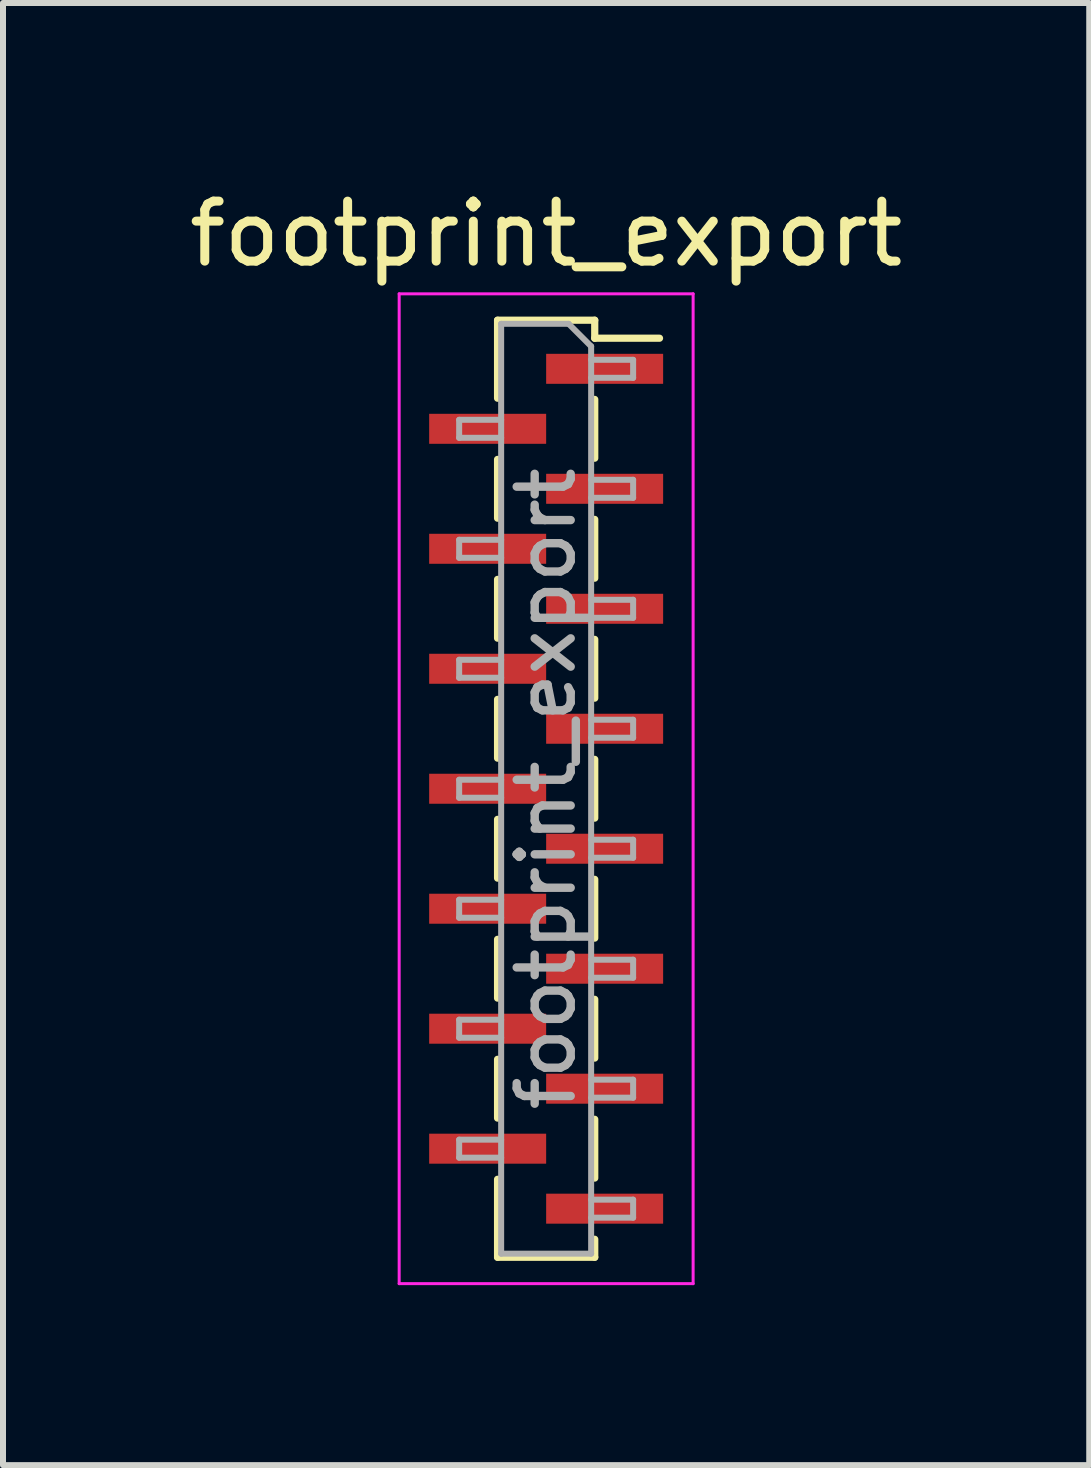
<source format=kicad_pcb>
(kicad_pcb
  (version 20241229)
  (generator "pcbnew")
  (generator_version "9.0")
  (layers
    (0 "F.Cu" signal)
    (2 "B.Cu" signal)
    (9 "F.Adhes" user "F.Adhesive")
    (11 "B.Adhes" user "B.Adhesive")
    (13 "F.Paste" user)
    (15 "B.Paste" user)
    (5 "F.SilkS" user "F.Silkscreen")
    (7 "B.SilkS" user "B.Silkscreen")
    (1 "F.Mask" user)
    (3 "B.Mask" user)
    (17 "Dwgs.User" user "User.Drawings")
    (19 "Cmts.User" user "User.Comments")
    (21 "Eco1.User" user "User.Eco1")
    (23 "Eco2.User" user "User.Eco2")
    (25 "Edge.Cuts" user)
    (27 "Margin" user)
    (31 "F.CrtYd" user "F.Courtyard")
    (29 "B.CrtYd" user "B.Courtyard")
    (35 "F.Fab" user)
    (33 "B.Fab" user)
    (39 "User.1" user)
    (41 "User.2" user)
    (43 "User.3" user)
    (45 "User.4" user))
  (footprint "footprint_export"
    (layer "F.Cu")
    (at 6.054 10.098)
    (property "Reference" "footprint_export" (at 0 -9.25 0) (layer "F.SilkS") (effects (font (size 1 1) (thickness 0.15))))
    (attr smd)
    (fp_line (start -0.81 -7.81) (end -0.81 -6.51) (stroke (width 0.12) (type solid)) (layer "F.SilkS"))
    (fp_line (start -0.81 -7.81) (end 0.81 -7.81) (stroke (width 0.12) (type solid)) (layer "F.SilkS"))
    (fp_line (start -0.81 -5.49) (end -0.81 -4.51) (stroke (width 0.12) (type solid)) (layer "F.SilkS"))
    (fp_line (start -0.81 -3.49) (end -0.81 -2.51) (stroke (width 0.12) (type solid)) (layer "F.SilkS"))
    (fp_line (start -0.81 -1.49) (end -0.81 -0.51) (stroke (width 0.12) (type solid)) (layer "F.SilkS"))
    (fp_line (start -0.81 0.51) (end -0.81 1.49) (stroke (width 0.12) (type solid)) (layer "F.SilkS"))
    (fp_line (start -0.81 2.51) (end -0.81 3.49) (stroke (width 0.12) (type solid)) (layer "F.SilkS"))
    (fp_line (start -0.81 4.51) (end -0.81 5.49) (stroke (width 0.12) (type solid)) (layer "F.SilkS"))
    (fp_line (start -0.81 6.51) (end -0.81 7.81) (stroke (width 0.12) (type solid)) (layer "F.SilkS"))
    (fp_line (start -0.81 7.81) (end 0.81 7.81) (stroke (width 0.12) (type solid)) (layer "F.SilkS"))
    (fp_line (start 0.81 -7.81) (end 0.81 -7.51) (stroke (width 0.12) (type solid)) (layer "F.SilkS"))
    (fp_line (start 0.81 -7.51) (end 1.89 -7.51) (stroke (width 0.12) (type solid)) (layer "F.SilkS"))
    (fp_line (start 0.81 -6.49) (end 0.81 -5.51) (stroke (width 0.12) (type solid)) (layer "F.SilkS"))
    (fp_line (start 0.81 -4.49) (end 0.81 -3.51) (stroke (width 0.12) (type solid)) (layer "F.SilkS"))
    (fp_line (start 0.81 -2.49) (end 0.81 -1.51) (stroke (width 0.12) (type solid)) (layer "F.SilkS"))
    (fp_line (start 0.81 -0.49) (end 0.81 0.49) (stroke (width 0.12) (type solid)) (layer "F.SilkS"))
    (fp_line (start 0.81 1.51) (end 0.81 2.49) (stroke (width 0.12) (type solid)) (layer "F.SilkS"))
    (fp_line (start 0.81 3.51) (end 0.81 4.49) (stroke (width 0.12) (type solid)) (layer "F.SilkS"))
    (fp_line (start 0.81 5.51) (end 0.81 6.49) (stroke (width 0.12) (type solid)) (layer "F.SilkS"))
    (fp_line (start 0.81 7.51) (end 0.81 7.81) (stroke (width 0.12) (type solid)) (layer "F.SilkS"))
    (fp_line (start -2.45 -8.25) (end 2.45 -8.25) (stroke (width 0.05) (type solid)) (layer "F.CrtYd"))
    (fp_line (start -2.45 8.25) (end -2.45 -8.25) (stroke (width 0.05) (type solid)) (layer "F.CrtYd"))
    (fp_line (start 2.45 -8.25) (end 2.45 8.25) (stroke (width 0.05) (type solid)) (layer "F.CrtYd"))
    (fp_line (start 2.45 8.25) (end -2.45 8.25) (stroke (width 0.05) (type solid)) (layer "F.CrtYd"))
    (fp_line (start -1.45 -6.15) (end -0.75 -6.15) (stroke (width 0.1) (type solid)) (layer "F.Fab"))
    (fp_line (start -1.45 -5.85) (end -1.45 -6.15) (stroke (width 0.1) (type solid)) (layer "F.Fab"))
    (fp_line (start -1.45 -4.15) (end -0.75 -4.15) (stroke (width 0.1) (type solid)) (layer "F.Fab"))
    (fp_line (start -1.45 -3.85) (end -1.45 -4.15) (stroke (width 0.1) (type solid)) (layer "F.Fab"))
    (fp_line (start -1.45 -2.15) (end -0.75 -2.15) (stroke (width 0.1) (type solid)) (layer "F.Fab"))
    (fp_line (start -1.45 -1.85) (end -1.45 -2.15) (stroke (width 0.1) (type solid)) (layer "F.Fab"))
    (fp_line (start -1.45 -0.15) (end -0.75 -0.15) (stroke (width 0.1) (type solid)) (layer "F.Fab"))
    (fp_line (start -1.45 0.15) (end -1.45 -0.15) (stroke (width 0.1) (type solid)) (layer "F.Fab"))
    (fp_line (start -1.45 1.85) (end -0.75 1.85) (stroke (width 0.1) (type solid)) (layer "F.Fab"))
    (fp_line (start -1.45 2.15) (end -1.45 1.85) (stroke (width 0.1) (type solid)) (layer "F.Fab"))
    (fp_line (start -1.45 3.85) (end -0.75 3.85) (stroke (width 0.1) (type solid)) (layer "F.Fab"))
    (fp_line (start -1.45 4.15) (end -1.45 3.85) (stroke (width 0.1) (type solid)) (layer "F.Fab"))
    (fp_line (start -1.45 5.85) (end -0.75 5.85) (stroke (width 0.1) (type solid)) (layer "F.Fab"))
    (fp_line (start -1.45 6.15) (end -1.45 5.85) (stroke (width 0.1) (type solid)) (layer "F.Fab"))
    (fp_line (start -0.75 -7.75) (end 0.375 -7.75) (stroke (width 0.1) (type solid)) (layer "F.Fab"))
    (fp_line (start -0.75 -5.85) (end -1.45 -5.85) (stroke (width 0.1) (type solid)) (layer "F.Fab"))
    (fp_line (start -0.75 -3.85) (end -1.45 -3.85) (stroke (width 0.1) (type solid)) (layer "F.Fab"))
    (fp_line (start -0.75 -1.85) (end -1.45 -1.85) (stroke (width 0.1) (type solid)) (layer "F.Fab"))
    (fp_line (start -0.75 0.15) (end -1.45 0.15) (stroke (width 0.1) (type solid)) (layer "F.Fab"))
    (fp_line (start -0.75 2.15) (end -1.45 2.15) (stroke (width 0.1) (type solid)) (layer "F.Fab"))
    (fp_line (start -0.75 4.15) (end -1.45 4.15) (stroke (width 0.1) (type solid)) (layer "F.Fab"))
    (fp_line (start -0.75 6.15) (end -1.45 6.15) (stroke (width 0.1) (type solid)) (layer "F.Fab"))
    (fp_line (start -0.75 7.75) (end -0.75 -7.75) (stroke (width 0.1) (type solid)) (layer "F.Fab"))
    (fp_line (start 0.375 -7.75) (end 0.75 -7.375) (stroke (width 0.1) (type solid)) (layer "F.Fab"))
    (fp_line (start 0.75 -7.375) (end 0.75 7.75) (stroke (width 0.1) (type solid)) (layer "F.Fab"))
    (fp_line (start 0.75 -7.15) (end 1.45 -7.15) (stroke (width 0.1) (type solid)) (layer "F.Fab"))
    (fp_line (start 0.75 -5.15) (end 1.45 -5.15) (stroke (width 0.1) (type solid)) (layer "F.Fab"))
    (fp_line (start 0.75 -3.15) (end 1.45 -3.15) (stroke (width 0.1) (type solid)) (layer "F.Fab"))
    (fp_line (start 0.75 -1.15) (end 1.45 -1.15) (stroke (width 0.1) (type solid)) (layer "F.Fab"))
    (fp_line (start 0.75 0.85) (end 1.45 0.85) (stroke (width 0.1) (type solid)) (layer "F.Fab"))
    (fp_line (start 0.75 2.85) (end 1.45 2.85) (stroke (width 0.1) (type solid)) (layer "F.Fab"))
    (fp_line (start 0.75 4.85) (end 1.45 4.85) (stroke (width 0.1) (type solid)) (layer "F.Fab"))
    (fp_line (start 0.75 6.85) (end 1.45 6.85) (stroke (width 0.1) (type solid)) (layer "F.Fab"))
    (fp_line (start 0.75 7.75) (end -0.75 7.75) (stroke (width 0.1) (type solid)) (layer "F.Fab"))
    (fp_line (start 1.45 -7.15) (end 1.45 -6.85) (stroke (width 0.1) (type solid)) (layer "F.Fab"))
    (fp_line (start 1.45 -6.85) (end 0.75 -6.85) (stroke (width 0.1) (type solid)) (layer "F.Fab"))
    (fp_line (start 1.45 -5.15) (end 1.45 -4.85) (stroke (width 0.1) (type solid)) (layer "F.Fab"))
    (fp_line (start 1.45 -4.85) (end 0.75 -4.85) (stroke (width 0.1) (type solid)) (layer "F.Fab"))
    (fp_line (start 1.45 -3.15) (end 1.45 -2.85) (stroke (width 0.1) (type solid)) (layer "F.Fab"))
    (fp_line (start 1.45 -2.85) (end 0.75 -2.85) (stroke (width 0.1) (type solid)) (layer "F.Fab"))
    (fp_line (start 1.45 -1.15) (end 1.45 -0.85) (stroke (width 0.1) (type solid)) (layer "F.Fab"))
    (fp_line (start 1.45 -0.85) (end 0.75 -0.85) (stroke (width 0.1) (type solid)) (layer "F.Fab"))
    (fp_line (start 1.45 0.85) (end 1.45 1.15) (stroke (width 0.1) (type solid)) (layer "F.Fab"))
    (fp_line (start 1.45 1.15) (end 0.75 1.15) (stroke (width 0.1) (type solid)) (layer "F.Fab"))
    (fp_line (start 1.45 2.85) (end 1.45 3.15) (stroke (width 0.1) (type solid)) (layer "F.Fab"))
    (fp_line (start 1.45 3.15) (end 0.75 3.15) (stroke (width 0.1) (type solid)) (layer "F.Fab"))
    (fp_line (start 1.45 4.85) (end 1.45 5.15) (stroke (width 0.1) (type solid)) (layer "F.Fab"))
    (fp_line (start 1.45 5.15) (end 0.75 5.15) (stroke (width 0.1) (type solid)) (layer "F.Fab"))
    (fp_line (start 1.45 6.85) (end 1.45 7.15) (stroke (width 0.1) (type solid)) (layer "F.Fab"))
    (fp_line (start 1.45 7.15) (end 0.75 7.15) (stroke (width 0.1) (type solid)) (layer "F.Fab"))
    (fp_text user "${REFERENCE}" (at 0 0 90) (layer "F.Fab") (effects (font (size 0.9 0.9) (thickness 0.14))))
    (pad "1" smd rect (at 0.975 -7) (size 1.95 0.5) (layers "F.Cu" "F.Mask" "F.Paste"))
    (pad "2" smd rect (at -0.975 -6) (size 1.95 0.5) (layers "F.Cu" "F.Mask" "F.Paste"))
    (pad "3" smd rect (at 0.975 -5) (size 1.95 0.5) (layers "F.Cu" "F.Mask" "F.Paste"))
    (pad "4" smd rect (at -0.975 -4) (size 1.95 0.5) (layers "F.Cu" "F.Mask" "F.Paste"))
    (pad "5" smd rect (at 0.975 -3) (size 1.95 0.5) (layers "F.Cu" "F.Mask" "F.Paste"))
    (pad "6" smd rect (at -0.975 -2) (size 1.95 0.5) (layers "F.Cu" "F.Mask" "F.Paste"))
    (pad "7" smd rect (at 0.975 -1) (size 1.95 0.5) (layers "F.Cu" "F.Mask" "F.Paste"))
    (pad "8" smd rect (at -0.975 0) (size 1.95 0.5) (layers "F.Cu" "F.Mask" "F.Paste"))
    (pad "9" smd rect (at 0.975 1) (size 1.95 0.5) (layers "F.Cu" "F.Mask" "F.Paste"))
    (pad "10" smd rect (at -0.975 2) (size 1.95 0.5) (layers "F.Cu" "F.Mask" "F.Paste"))
    (pad "11" smd rect (at 0.975 3) (size 1.95 0.5) (layers "F.Cu" "F.Mask" "F.Paste"))
    (pad "12" smd rect (at -0.975 4) (size 1.95 0.5) (layers "F.Cu" "F.Mask" "F.Paste"))
    (pad "13" smd rect (at 0.975 5) (size 1.95 0.5) (layers "F.Cu" "F.Mask" "F.Paste"))
    (pad "14" smd rect (at -0.975 6) (size 1.95 0.5) (layers "F.Cu" "F.Mask" "F.Paste"))
    (pad "15" smd rect (at 0.975 7) (size 1.95 0.5) (layers "F.Cu" "F.Mask" "F.Paste")))
  (gr_rect
    (start -3 -3)
    (end 15.107 21.373)
    (stroke (width 0.1) (type default))
    (fill no)
    (layer "Edge.Cuts")))
</source>
